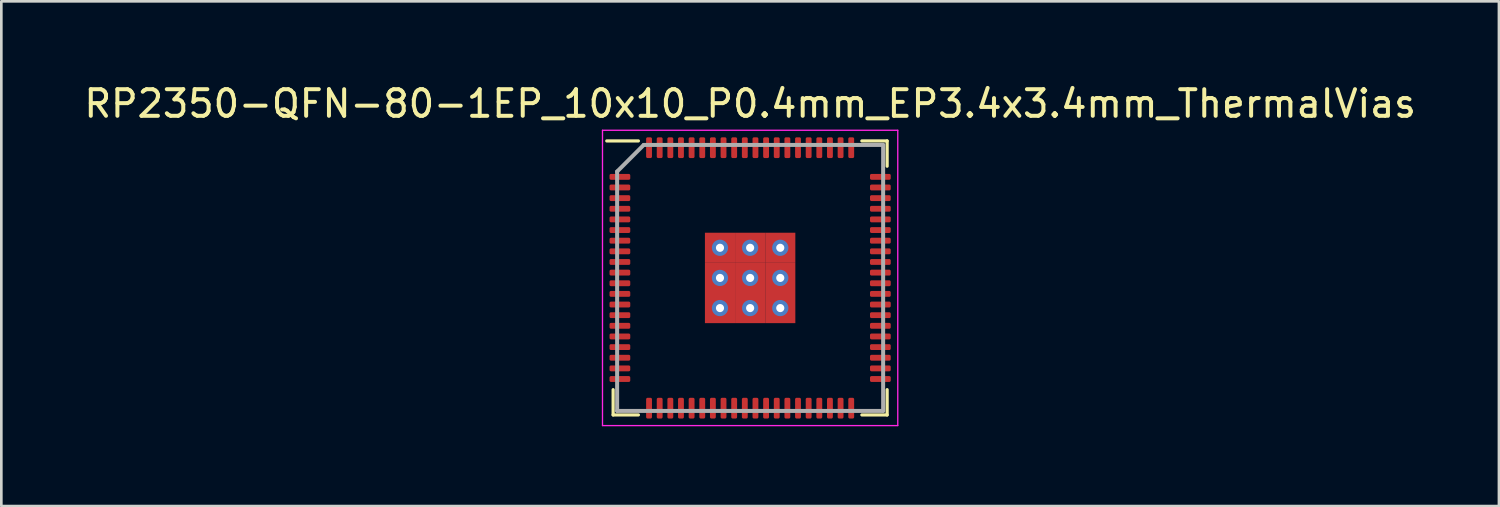
<source format=kicad_pcb>
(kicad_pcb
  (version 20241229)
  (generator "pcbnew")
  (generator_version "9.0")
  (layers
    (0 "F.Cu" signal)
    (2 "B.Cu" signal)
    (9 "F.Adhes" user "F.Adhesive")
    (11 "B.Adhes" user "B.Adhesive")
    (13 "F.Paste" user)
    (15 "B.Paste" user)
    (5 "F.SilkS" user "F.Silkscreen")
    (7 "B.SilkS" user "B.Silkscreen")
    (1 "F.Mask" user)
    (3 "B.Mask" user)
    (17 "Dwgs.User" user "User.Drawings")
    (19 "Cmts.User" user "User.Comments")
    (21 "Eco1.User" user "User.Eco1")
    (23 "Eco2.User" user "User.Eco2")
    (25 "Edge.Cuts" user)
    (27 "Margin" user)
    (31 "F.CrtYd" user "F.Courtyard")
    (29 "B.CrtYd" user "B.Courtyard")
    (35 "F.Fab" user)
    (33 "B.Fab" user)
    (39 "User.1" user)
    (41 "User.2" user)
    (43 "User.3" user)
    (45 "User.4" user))
  (footprint "RP2350-QFN-80-1EP_10x10_P0.4mm_EP3.4x3.4mm_ThermalVias"
    (layer "F.Cu")
    (at 25.149 7.398)
    (property "Reference" "RP2350-QFN-80-1EP_10x10_P0.4mm_EP3.4x3.4mm_ThermalVias" (at 0 -6.55 0) (layer "F.SilkS") (effects (font (size 1 1) (thickness 0.15))))
    (attr smd)
    (fp_line (start -5.15 5.15) (end -5.15 4.2) (stroke (width 0.12) (type default)) (layer "F.SilkS"))
    (fp_line (start -4.2 -5.15) (end -5.39 -5.15) (stroke (width 0.12) (type default)) (layer "F.SilkS"))
    (fp_line (start -4.2 5.15) (end -5.15 5.15) (stroke (width 0.12) (type default)) (layer "F.SilkS"))
    (fp_line (start 4.2 -5.15) (end 5.15 -5.15) (stroke (width 0.12) (type default)) (layer "F.SilkS"))
    (fp_line (start 4.2 5.15) (end 5.15 5.15) (stroke (width 0.12) (type default)) (layer "F.SilkS"))
    (fp_line (start 5.15 -5.15) (end 5.15 -4.2) (stroke (width 0.12) (type default)) (layer "F.SilkS"))
    (fp_line (start 5.15 5.15) (end 5.15 4.2) (stroke (width 0.12) (type default)) (layer "F.SilkS"))
    (fp_line (start -5.55 -5.55) (end 5.55 -5.55) (stroke (width 0.05) (type default)) (layer "F.CrtYd"))
    (fp_line (start -5.55 5.55) (end -5.55 -5.55) (stroke (width 0.05) (type default)) (layer "F.CrtYd"))
    (fp_line (start 5.55 -5.55) (end 5.55 5.55) (stroke (width 0.05) (type default)) (layer "F.CrtYd"))
    (fp_line (start 5.55 5.55) (end -5.55 5.55) (stroke (width 0.05) (type default)) (layer "F.CrtYd"))
    (fp_line (start -5 -4) (end -5 5) (stroke (width 0.15) (type default)) (layer "F.Fab"))
    (fp_line (start -5 5) (end 5 5) (stroke (width 0.15) (type default)) (layer "F.Fab"))
    (fp_line (start -4 -5) (end -5 -4) (stroke (width 0.15) (type default)) (layer "F.Fab"))
    (fp_line (start 5 -5) (end -4 -5) (stroke (width 0.15) (type default)) (layer "F.Fab"))
    (fp_line (start 5 5) (end 5 -5) (stroke (width 0.15) (type default)) (layer "F.Fab"))
    (pad "" smd roundrect (at -0.7 -0.7) (size 1.2 1.2) (layers "F.Paste") (roundrect_rratio 0.208))
    (pad "" smd roundrect (at -0.7 0.7) (size 1.2 1.2) (layers "F.Paste") (roundrect_rratio 0.208))
    (pad "" smd roundrect (at 0.7 -0.7) (size 1.2 1.2) (layers "F.Paste") (roundrect_rratio 0.208))
    (pad "" smd roundrect (at 0.7 0.7) (size 1.2 1.2) (layers "F.Paste") (roundrect_rratio 0.208))
    (pad "1" smd roundrect (at -4.896 -3.8 90) (size 0.22 0.78) (layers "F.Cu" "F.Mask" "F.Paste") (roundrect_rratio 0.25))
    (pad "2" smd roundrect (at -4.896 -3.4 90) (size 0.22 0.78) (layers "F.Cu" "F.Mask" "F.Paste") (roundrect_rratio 0.25))
    (pad "3" smd roundrect (at -4.896 -3 90) (size 0.22 0.78) (layers "F.Cu" "F.Mask" "F.Paste") (roundrect_rratio 0.25))
    (pad "4" smd roundrect (at -4.896 -2.6 90) (size 0.22 0.78) (layers "F.Cu" "F.Mask" "F.Paste") (roundrect_rratio 0.25))
    (pad "5" smd roundrect (at -4.896 -2.2 90) (size 0.22 0.78) (layers "F.Cu" "F.Mask" "F.Paste") (roundrect_rratio 0.25))
    (pad "6" smd roundrect (at -4.896 -1.8 90) (size 0.22 0.78) (layers "F.Cu" "F.Mask" "F.Paste") (roundrect_rratio 0.25))
    (pad "7" smd roundrect (at -4.896 -1.4 90) (size 0.22 0.78) (layers "F.Cu" "F.Mask" "F.Paste") (roundrect_rratio 0.25))
    (pad "8" smd roundrect (at -4.896 -1 90) (size 0.22 0.78) (layers "F.Cu" "F.Mask" "F.Paste") (roundrect_rratio 0.25))
    (pad "9" smd roundrect (at -4.896 -0.6 90) (size 0.22 0.78) (layers "F.Cu" "F.Mask" "F.Paste") (roundrect_rratio 0.25))
    (pad "10" smd roundrect (at -4.896 -0.2 90) (size 0.22 0.78) (layers "F.Cu" "F.Mask" "F.Paste") (roundrect_rratio 0.25))
    (pad "11" smd roundrect (at -4.896 0.2 90) (size 0.22 0.78) (layers "F.Cu" "F.Mask" "F.Paste") (roundrect_rratio 0.25))
    (pad "12" smd roundrect (at -4.896 0.6 90) (size 0.22 0.78) (layers "F.Cu" "F.Mask" "F.Paste") (roundrect_rratio 0.25))
    (pad "13" smd roundrect (at -4.896 1 90) (size 0.22 0.78) (layers "F.Cu" "F.Mask" "F.Paste") (roundrect_rratio 0.25))
    (pad "14" smd roundrect (at -4.896 1.4 90) (size 0.22 0.78) (layers "F.Cu" "F.Mask" "F.Paste") (roundrect_rratio 0.25))
    (pad "15" smd roundrect (at -4.896 1.8 90) (size 0.22 0.78) (layers "F.Cu" "F.Mask" "F.Paste") (roundrect_rratio 0.25))
    (pad "16" smd roundrect (at -4.896 2.2 90) (size 0.22 0.78) (layers "F.Cu" "F.Mask" "F.Paste") (roundrect_rratio 0.25))
    (pad "17" smd roundrect (at -4.896 2.6 90) (size 0.22 0.78) (layers "F.Cu" "F.Mask" "F.Paste") (roundrect_rratio 0.25))
    (pad "18" smd roundrect (at -4.896 3 90) (size 0.22 0.78) (layers "F.Cu" "F.Mask" "F.Paste") (roundrect_rratio 0.25))
    (pad "19" smd roundrect (at -4.896 3.4 90) (size 0.22 0.78) (layers "F.Cu" "F.Mask" "F.Paste") (roundrect_rratio 0.25))
    (pad "20" smd roundrect (at -4.896 3.8 90) (size 0.22 0.78) (layers "F.Cu" "F.Mask" "F.Paste") (roundrect_rratio 0.25))
    (pad "21" smd roundrect (at -3.8 4.896) (size 0.22 0.78) (layers "F.Cu" "F.Mask" "F.Paste") (roundrect_rratio 0.25))
    (pad "22" smd roundrect (at -3.4 4.896) (size 0.22 0.78) (layers "F.Cu" "F.Mask" "F.Paste") (roundrect_rratio 0.25))
    (pad "23" smd roundrect (at -3 4.896) (size 0.22 0.78) (layers "F.Cu" "F.Mask" "F.Paste") (roundrect_rratio 0.25))
    (pad "24" smd roundrect (at -2.6 4.896) (size 0.22 0.78) (layers "F.Cu" "F.Mask" "F.Paste") (roundrect_rratio 0.25))
    (pad "25" smd roundrect (at -2.2 4.896) (size 0.22 0.78) (layers "F.Cu" "F.Mask" "F.Paste") (roundrect_rratio 0.25))
    (pad "26" smd roundrect (at -1.8 4.896) (size 0.22 0.78) (layers "F.Cu" "F.Mask" "F.Paste") (roundrect_rratio 0.25))
    (pad "27" smd roundrect (at -1.4 4.896) (size 0.22 0.78) (layers "F.Cu" "F.Mask" "F.Paste") (roundrect_rratio 0.25))
    (pad "28" smd roundrect (at -1 4.896) (size 0.22 0.78) (layers "F.Cu" "F.Mask" "F.Paste") (roundrect_rratio 0.25))
    (pad "29" smd roundrect (at -0.6 4.896) (size 0.22 0.78) (layers "F.Cu" "F.Mask" "F.Paste") (roundrect_rratio 0.25))
    (pad "30" smd roundrect (at -0.2 4.896) (size 0.22 0.78) (layers "F.Cu" "F.Mask" "F.Paste") (roundrect_rratio 0.25))
    (pad "31" smd roundrect (at 0.2 4.896) (size 0.22 0.78) (layers "F.Cu" "F.Mask" "F.Paste") (roundrect_rratio 0.25))
    (pad "32" smd roundrect (at 0.6 4.896) (size 0.22 0.78) (layers "F.Cu" "F.Mask" "F.Paste") (roundrect_rratio 0.25))
    (pad "33" smd roundrect (at 1 4.896) (size 0.22 0.78) (layers "F.Cu" "F.Mask" "F.Paste") (roundrect_rratio 0.25))
    (pad "34" smd roundrect (at 1.4 4.896) (size 0.22 0.78) (layers "F.Cu" "F.Mask" "F.Paste") (roundrect_rratio 0.25))
    (pad "35" smd roundrect (at 1.8 4.896) (size 0.22 0.78) (layers "F.Cu" "F.Mask" "F.Paste") (roundrect_rratio 0.25))
    (pad "36" smd roundrect (at 2.2 4.896) (size 0.22 0.78) (layers "F.Cu" "F.Mask" "F.Paste") (roundrect_rratio 0.25))
    (pad "37" smd roundrect (at 2.6 4.896) (size 0.22 0.78) (layers "F.Cu" "F.Mask" "F.Paste") (roundrect_rratio 0.25))
    (pad "38" smd roundrect (at 3 4.896) (size 0.22 0.78) (layers "F.Cu" "F.Mask" "F.Paste") (roundrect_rratio 0.25))
    (pad "39" smd roundrect (at 3.4 4.896) (size 0.22 0.78) (layers "F.Cu" "F.Mask" "F.Paste") (roundrect_rratio 0.25))
    (pad "40" smd roundrect (at 3.8 4.896) (size 0.22 0.78) (layers "F.Cu" "F.Mask" "F.Paste") (roundrect_rratio 0.25))
    (pad "41" smd roundrect (at 4.896 3.8 90) (size 0.22 0.78) (layers "F.Cu" "F.Mask" "F.Paste") (roundrect_rratio 0.25))
    (pad "42" smd roundrect (at 4.896 3.4 90) (size 0.22 0.78) (layers "F.Cu" "F.Mask" "F.Paste") (roundrect_rratio 0.25))
    (pad "43" smd roundrect (at 4.896 3 90) (size 0.22 0.78) (layers "F.Cu" "F.Mask" "F.Paste") (roundrect_rratio 0.25))
    (pad "44" smd roundrect (at 4.896 2.6 90) (size 0.22 0.78) (layers "F.Cu" "F.Mask" "F.Paste") (roundrect_rratio 0.25))
    (pad "45" smd roundrect (at 4.896 2.2 90) (size 0.22 0.78) (layers "F.Cu" "F.Mask" "F.Paste") (roundrect_rratio 0.25))
    (pad "46" smd roundrect (at 4.896 1.8 90) (size 0.22 0.78) (layers "F.Cu" "F.Mask" "F.Paste") (roundrect_rratio 0.25))
    (pad "47" smd roundrect (at 4.896 1.4 90) (size 0.22 0.78) (layers "F.Cu" "F.Mask" "F.Paste") (roundrect_rratio 0.25))
    (pad "48" smd roundrect (at 4.896 1 90) (size 0.22 0.78) (layers "F.Cu" "F.Mask" "F.Paste") (roundrect_rratio 0.25))
    (pad "49" smd roundrect (at 4.896 0.6 90) (size 0.22 0.78) (layers "F.Cu" "F.Mask" "F.Paste") (roundrect_rratio 0.25))
    (pad "50" smd roundrect (at 4.896 0.2 90) (size 0.22 0.78) (layers "F.Cu" "F.Mask" "F.Paste") (roundrect_rratio 0.25))
    (pad "51" smd roundrect (at 4.896 -0.2 90) (size 0.22 0.78) (layers "F.Cu" "F.Mask" "F.Paste") (roundrect_rratio 0.25))
    (pad "52" smd roundrect (at 4.896 -0.6 90) (size 0.22 0.78) (layers "F.Cu" "F.Mask" "F.Paste") (roundrect_rratio 0.25))
    (pad "53" smd roundrect (at 4.896 -1 90) (size 0.22 0.78) (layers "F.Cu" "F.Mask" "F.Paste") (roundrect_rratio 0.25))
    (pad "54" smd roundrect (at 4.896 -1.4 90) (size 0.22 0.78) (layers "F.Cu" "F.Mask" "F.Paste") (roundrect_rratio 0.25))
    (pad "55" smd roundrect (at 4.896 -1.8 90) (size 0.22 0.78) (layers "F.Cu" "F.Mask" "F.Paste") (roundrect_rratio 0.25))
    (pad "56" smd roundrect (at 4.896 -2.2 90) (size 0.22 0.78) (layers "F.Cu" "F.Mask" "F.Paste") (roundrect_rratio 0.25))
    (pad "57" smd roundrect (at 4.896 -2.6 90) (size 0.22 0.78) (layers "F.Cu" "F.Mask" "F.Paste") (roundrect_rratio 0.25))
    (pad "58" smd roundrect (at 4.896 -3 90) (size 0.22 0.78) (layers "F.Cu" "F.Mask" "F.Paste") (roundrect_rratio 0.25))
    (pad "59" smd roundrect (at 4.896 -3.4 90) (size 0.22 0.78) (layers "F.Cu" "F.Mask" "F.Paste") (roundrect_rratio 0.25))
    (pad "60" smd roundrect (at 4.896 -3.8 90) (size 0.22 0.78) (layers "F.Cu" "F.Mask" "F.Paste") (roundrect_rratio 0.25))
    (pad "61" smd roundrect (at 3.8 -4.896) (size 0.22 0.78) (layers "F.Cu" "F.Mask" "F.Paste") (roundrect_rratio 0.25))
    (pad "62" smd roundrect (at 3.4 -4.896) (size 0.22 0.78) (layers "F.Cu" "F.Mask" "F.Paste") (roundrect_rratio 0.25))
    (pad "63" smd roundrect (at 3 -4.896) (size 0.22 0.78) (layers "F.Cu" "F.Mask" "F.Paste") (roundrect_rratio 0.25))
    (pad "64" smd roundrect (at 2.6 -4.896) (size 0.22 0.78) (layers "F.Cu" "F.Mask" "F.Paste") (roundrect_rratio 0.25))
    (pad "65" smd roundrect (at 2.2 -4.896) (size 0.22 0.78) (layers "F.Cu" "F.Mask" "F.Paste") (roundrect_rratio 0.25))
    (pad "66" smd roundrect (at 1.8 -4.896) (size 0.22 0.78) (layers "F.Cu" "F.Mask" "F.Paste") (roundrect_rratio 0.25))
    (pad "67" smd roundrect (at 1.4 -4.896) (size 0.22 0.78) (layers "F.Cu" "F.Mask" "F.Paste") (roundrect_rratio 0.25))
    (pad "68" smd roundrect (at 1 -4.896) (size 0.22 0.78) (layers "F.Cu" "F.Mask" "F.Paste") (roundrect_rratio 0.25))
    (pad "69" smd roundrect (at 0.6 -4.896) (size 0.22 0.78) (layers "F.Cu" "F.Mask" "F.Paste") (roundrect_rratio 0.25))
    (pad "70" smd roundrect (at 0.2 -4.896) (size 0.22 0.78) (layers "F.Cu" "F.Mask" "F.Paste") (roundrect_rratio 0.25))
    (pad "71" smd roundrect (at -0.2 -4.896) (size 0.22 0.78) (layers "F.Cu" "F.Mask" "F.Paste") (roundrect_rratio 0.25))
    (pad "72" smd roundrect (at -0.6 -4.896) (size 0.22 0.78) (layers "F.Cu" "F.Mask" "F.Paste") (roundrect_rratio 0.25))
    (pad "73" smd roundrect (at -1 -4.896) (size 0.22 0.78) (layers "F.Cu" "F.Mask" "F.Paste") (roundrect_rratio 0.25))
    (pad "74" smd roundrect (at -1.4 -4.896) (size 0.22 0.78) (layers "F.Cu" "F.Mask" "F.Paste") (roundrect_rratio 0.25))
    (pad "75" smd roundrect (at -1.8 -4.896) (size 0.22 0.78) (layers "F.Cu" "F.Mask" "F.Paste") (roundrect_rratio 0.25))
    (pad "76" smd roundrect (at -2.2 -4.896) (size 0.22 0.78) (layers "F.Cu" "F.Mask" "F.Paste") (roundrect_rratio 0.25))
    (pad "77" smd roundrect (at -2.6 -4.896) (size 0.22 0.78) (layers "F.Cu" "F.Mask" "F.Paste") (roundrect_rratio 0.25))
    (pad "78" smd roundrect (at -3 -4.896) (size 0.22 0.78) (layers "F.Cu" "F.Mask" "F.Paste") (roundrect_rratio 0.25))
    (pad "79" smd roundrect (at -3.4 -4.896) (size 0.22 0.78) (layers "F.Cu" "F.Mask" "F.Paste") (roundrect_rratio 0.25))
    (pad "80" smd roundrect (at -3.8 -4.896) (size 0.22 0.78) (layers "F.Cu" "F.Mask" "F.Paste") (roundrect_rratio 0.25))
    (pad "81" thru_hole circle (at -1.133 -1.133) (size 0.61 0.61) (drill 0.305) (layers "*.Cu" "*.Mask"))
    (pad "81" smd rect (at -1.133 -1.133) (size 1.133 1.133) (layers "F.Cu" "F.Mask" "F.Paste"))
    (pad "81" thru_hole circle (at -1.133 0) (size 0.61 0.61) (drill 0.305) (layers "*.Cu" "*.Mask"))
    (pad "81" smd rect (at -1.133 0) (size 1.133 1.133) (layers "F.Cu" "F.Mask" "F.Paste"))
    (pad "81" thru_hole circle (at -1.133 1.133) (size 0.61 0.61) (drill 0.305) (layers "*.Cu" "*.Mask"))
    (pad "81" smd rect (at -1.133 1.133) (size 1.133 1.133) (layers "F.Cu" "F.Mask" "F.Paste"))
    (pad "81" thru_hole circle (at 0 -1.133) (size 0.61 0.61) (drill 0.305) (layers "*.Cu" "*.Mask"))
    (pad "81" smd rect (at 0 -1.133) (size 1.133 1.133) (layers "F.Cu" "F.Mask" "F.Paste"))
    (pad "81" thru_hole circle (at 0 0) (size 0.61 0.61) (drill 0.305) (layers "*.Cu" "*.Mask"))
    (pad "81" smd rect (at 0 0) (size 1.133 1.133) (layers "F.Cu" "F.Mask" "F.Paste"))
    (pad "81" thru_hole circle (at 0 1.133) (size 0.61 0.61) (drill 0.305) (layers "*.Cu" "*.Mask"))
    (pad "81" smd rect (at 0 1.133) (size 1.133 1.133) (layers "F.Cu" "F.Mask" "F.Paste"))
    (pad "81" thru_hole circle (at 1.133 -1.133) (size 0.61 0.61) (drill 0.305) (layers "*.Cu" "*.Mask"))
    (pad "81" smd rect (at 1.133 -1.133) (size 1.133 1.133) (layers "F.Cu" "F.Mask" "F.Paste"))
    (pad "81" thru_hole circle (at 1.133 0) (size 0.61 0.61) (drill 0.305) (layers "*.Cu" "*.Mask"))
    (pad "81" smd rect (at 1.133 0) (size 1.133 1.133) (layers "F.Cu" "F.Mask" "F.Paste"))
    (pad "81" thru_hole circle (at 1.133 1.133) (size 0.61 0.61) (drill 0.305) (layers "*.Cu" "*.Mask"))
    (pad "81" smd rect (at 1.133 1.133) (size 1.133 1.133) (layers "F.Cu" "F.Mask" "F.Paste")))
  (gr_rect
    (start -3 -3)
    (end 53.298 15.973)
    (stroke (width 0.1) (type default))
    (fill no)
    (layer "Edge.Cuts")))
</source>
